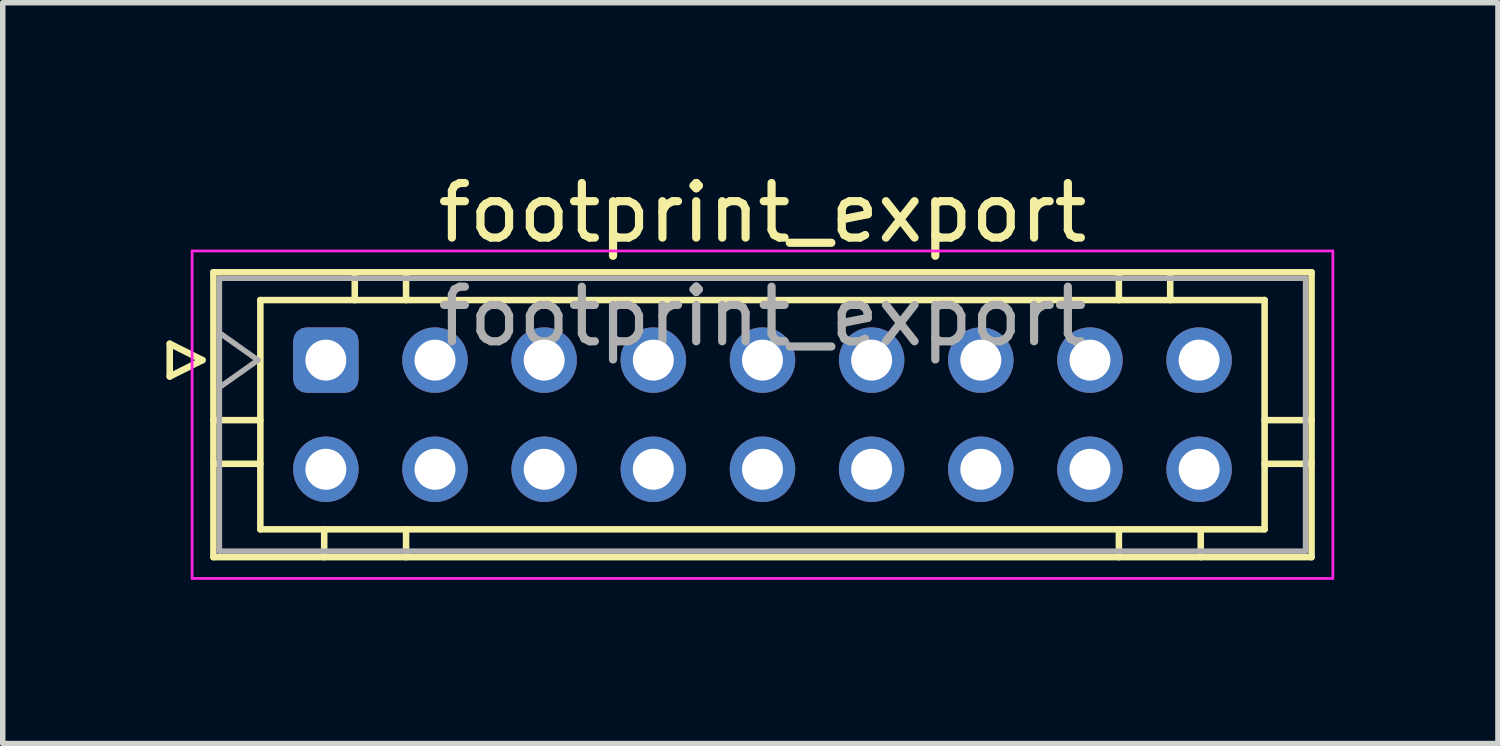
<source format=kicad_pcb>
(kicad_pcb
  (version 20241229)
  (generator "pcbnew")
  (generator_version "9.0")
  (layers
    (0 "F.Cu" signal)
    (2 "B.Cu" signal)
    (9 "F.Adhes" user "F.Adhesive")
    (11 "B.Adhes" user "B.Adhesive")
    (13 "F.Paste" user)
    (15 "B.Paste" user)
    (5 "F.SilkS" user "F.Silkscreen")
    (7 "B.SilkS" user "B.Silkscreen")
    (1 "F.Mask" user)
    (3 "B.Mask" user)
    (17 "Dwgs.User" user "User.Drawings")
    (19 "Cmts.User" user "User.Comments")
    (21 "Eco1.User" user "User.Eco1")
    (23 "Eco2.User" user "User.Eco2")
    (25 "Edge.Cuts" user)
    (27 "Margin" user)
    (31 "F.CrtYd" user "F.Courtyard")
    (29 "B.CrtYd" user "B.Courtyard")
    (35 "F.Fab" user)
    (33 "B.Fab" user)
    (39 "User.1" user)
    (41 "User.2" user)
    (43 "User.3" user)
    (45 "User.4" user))
  (footprint "footprint_export"
    (layer "F.Cu")
    (at 2.92 3.548)
    (property "Reference" "footprint_export" (at 8 -2.7 0) (layer "F.SilkS") (effects (font (size 1 1) (thickness 0.15))))
    (attr through_hole)
    (fp_line (start -2.86 -0.3) (end -2.26 0) (stroke (width 0.12) (type solid)) (layer "F.SilkS"))
    (fp_line (start -2.86 0.3) (end -2.86 -0.3) (stroke (width 0.12) (type solid)) (layer "F.SilkS"))
    (fp_line (start -2.26 0) (end -2.86 0.3) (stroke (width 0.12) (type solid)) (layer "F.SilkS"))
    (fp_line (start -2.06 -1.61) (end -2.06 3.61) (stroke (width 0.12) (type solid)) (layer "F.SilkS"))
    (fp_line (start -2.06 1.1) (end -1.2 1.1) (stroke (width 0.12) (type solid)) (layer "F.SilkS"))
    (fp_line (start -2.06 1.9) (end -1.2 1.9) (stroke (width 0.12) (type solid)) (layer "F.SilkS"))
    (fp_line (start -2.06 3.61) (end 18.06 3.61) (stroke (width 0.12) (type solid)) (layer "F.SilkS"))
    (fp_line (start -1.2 -1.1) (end -1.2 3.1) (stroke (width 0.12) (type solid)) (layer "F.SilkS"))
    (fp_line (start -1.2 3.1) (end 17.2 3.1) (stroke (width 0.12) (type solid)) (layer "F.SilkS"))
    (fp_line (start -0.03 3.61) (end -0.03 3.1) (stroke (width 0.12) (type solid)) (layer "F.SilkS"))
    (fp_line (start 0.53 -1.61) (end 0.53 -1.1) (stroke (width 0.12) (type solid)) (layer "F.SilkS"))
    (fp_line (start 1.47 -1.61) (end 1.47 -1.1) (stroke (width 0.12) (type solid)) (layer "F.SilkS"))
    (fp_line (start 1.47 3.61) (end 1.47 3.1) (stroke (width 0.12) (type solid)) (layer "F.SilkS"))
    (fp_line (start 14.53 -1.61) (end 14.53 -1.1) (stroke (width 0.12) (type solid)) (layer "F.SilkS"))
    (fp_line (start 14.53 3.61) (end 14.53 3.1) (stroke (width 0.12) (type solid)) (layer "F.SilkS"))
    (fp_line (start 15.47 -1.61) (end 15.47 -1.1) (stroke (width 0.12) (type solid)) (layer "F.SilkS"))
    (fp_line (start 16.03 3.61) (end 16.03 3.1) (stroke (width 0.12) (type solid)) (layer "F.SilkS"))
    (fp_line (start 17.2 -1.1) (end -1.2 -1.1) (stroke (width 0.12) (type solid)) (layer "F.SilkS"))
    (fp_line (start 17.2 3.1) (end 17.2 -1.1) (stroke (width 0.12) (type solid)) (layer "F.SilkS"))
    (fp_line (start 18.06 -1.61) (end -2.06 -1.61) (stroke (width 0.12) (type solid)) (layer "F.SilkS"))
    (fp_line (start 18.06 1.1) (end 17.2 1.1) (stroke (width 0.12) (type solid)) (layer "F.SilkS"))
    (fp_line (start 18.06 1.9) (end 17.2 1.9) (stroke (width 0.12) (type solid)) (layer "F.SilkS"))
    (fp_line (start 18.06 3.61) (end 18.06 -1.61) (stroke (width 0.12) (type solid)) (layer "F.SilkS"))
    (fp_line (start -2.45 -2) (end -2.45 4) (stroke (width 0.05) (type solid)) (layer "F.CrtYd"))
    (fp_line (start -2.45 4) (end 18.45 4) (stroke (width 0.05) (type solid)) (layer "F.CrtYd"))
    (fp_line (start 18.45 -2) (end -2.45 -2) (stroke (width 0.05) (type solid)) (layer "F.CrtYd"))
    (fp_line (start 18.45 4) (end 18.45 -2) (stroke (width 0.05) (type solid)) (layer "F.CrtYd"))
    (fp_line (start -1.95 -1.5) (end -1.95 3.5) (stroke (width 0.1) (type solid)) (layer "F.Fab"))
    (fp_line (start -1.95 0.5) (end -1.243 0) (stroke (width 0.1) (type solid)) (layer "F.Fab"))
    (fp_line (start -1.95 3.5) (end 17.95 3.5) (stroke (width 0.1) (type solid)) (layer "F.Fab"))
    (fp_line (start -1.243 0) (end -1.95 -0.5) (stroke (width 0.1) (type solid)) (layer "F.Fab"))
    (fp_line (start 17.95 -1.5) (end -1.95 -1.5) (stroke (width 0.1) (type solid)) (layer "F.Fab"))
    (fp_line (start 17.95 3.5) (end 17.95 -1.5) (stroke (width 0.1) (type solid)) (layer "F.Fab"))
    (fp_text user "${REFERENCE}" (at 8 -0.8 0) (layer "F.Fab") (effects (font (size 1 1) (thickness 0.15))))
    (pad "1" thru_hole roundrect (at 0 0) (size 1.2 1.2) (drill 0.75) (layers "*.Cu" "*.Mask") (roundrect_rratio 0.208))
    (pad "2" thru_hole circle (at 0 2) (size 1.2 1.2) (drill 0.75) (layers "*.Cu" "*.Mask"))
    (pad "3" thru_hole circle (at 2 0) (size 1.2 1.2) (drill 0.75) (layers "*.Cu" "*.Mask"))
    (pad "4" thru_hole circle (at 2 2) (size 1.2 1.2) (drill 0.75) (layers "*.Cu" "*.Mask"))
    (pad "5" thru_hole circle (at 4 0) (size 1.2 1.2) (drill 0.75) (layers "*.Cu" "*.Mask"))
    (pad "6" thru_hole circle (at 4 2) (size 1.2 1.2) (drill 0.75) (layers "*.Cu" "*.Mask"))
    (pad "7" thru_hole circle (at 6 0) (size 1.2 1.2) (drill 0.75) (layers "*.Cu" "*.Mask"))
    (pad "8" thru_hole circle (at 6 2) (size 1.2 1.2) (drill 0.75) (layers "*.Cu" "*.Mask"))
    (pad "9" thru_hole circle (at 8 0) (size 1.2 1.2) (drill 0.75) (layers "*.Cu" "*.Mask"))
    (pad "10" thru_hole circle (at 8 2) (size 1.2 1.2) (drill 0.75) (layers "*.Cu" "*.Mask"))
    (pad "11" thru_hole circle (at 10 0) (size 1.2 1.2) (drill 0.75) (layers "*.Cu" "*.Mask"))
    (pad "12" thru_hole circle (at 10 2) (size 1.2 1.2) (drill 0.75) (layers "*.Cu" "*.Mask"))
    (pad "13" thru_hole circle (at 12 0) (size 1.2 1.2) (drill 0.75) (layers "*.Cu" "*.Mask"))
    (pad "14" thru_hole circle (at 12 2) (size 1.2 1.2) (drill 0.75) (layers "*.Cu" "*.Mask"))
    (pad "15" thru_hole circle (at 14 0) (size 1.2 1.2) (drill 0.75) (layers "*.Cu" "*.Mask"))
    (pad "16" thru_hole circle (at 14 2) (size 1.2 1.2) (drill 0.75) (layers "*.Cu" "*.Mask"))
    (pad "17" thru_hole circle (at 16 0) (size 1.2 1.2) (drill 0.75) (layers "*.Cu" "*.Mask"))
    (pad "18" thru_hole circle (at 16 2) (size 1.2 1.2) (drill 0.75) (layers "*.Cu" "*.Mask")))
  (gr_rect
    (start -3 -3)
    (end 24.395 10.573)
    (stroke (width 0.1) (type default))
    (fill no)
    (layer "Edge.Cuts")))
</source>
